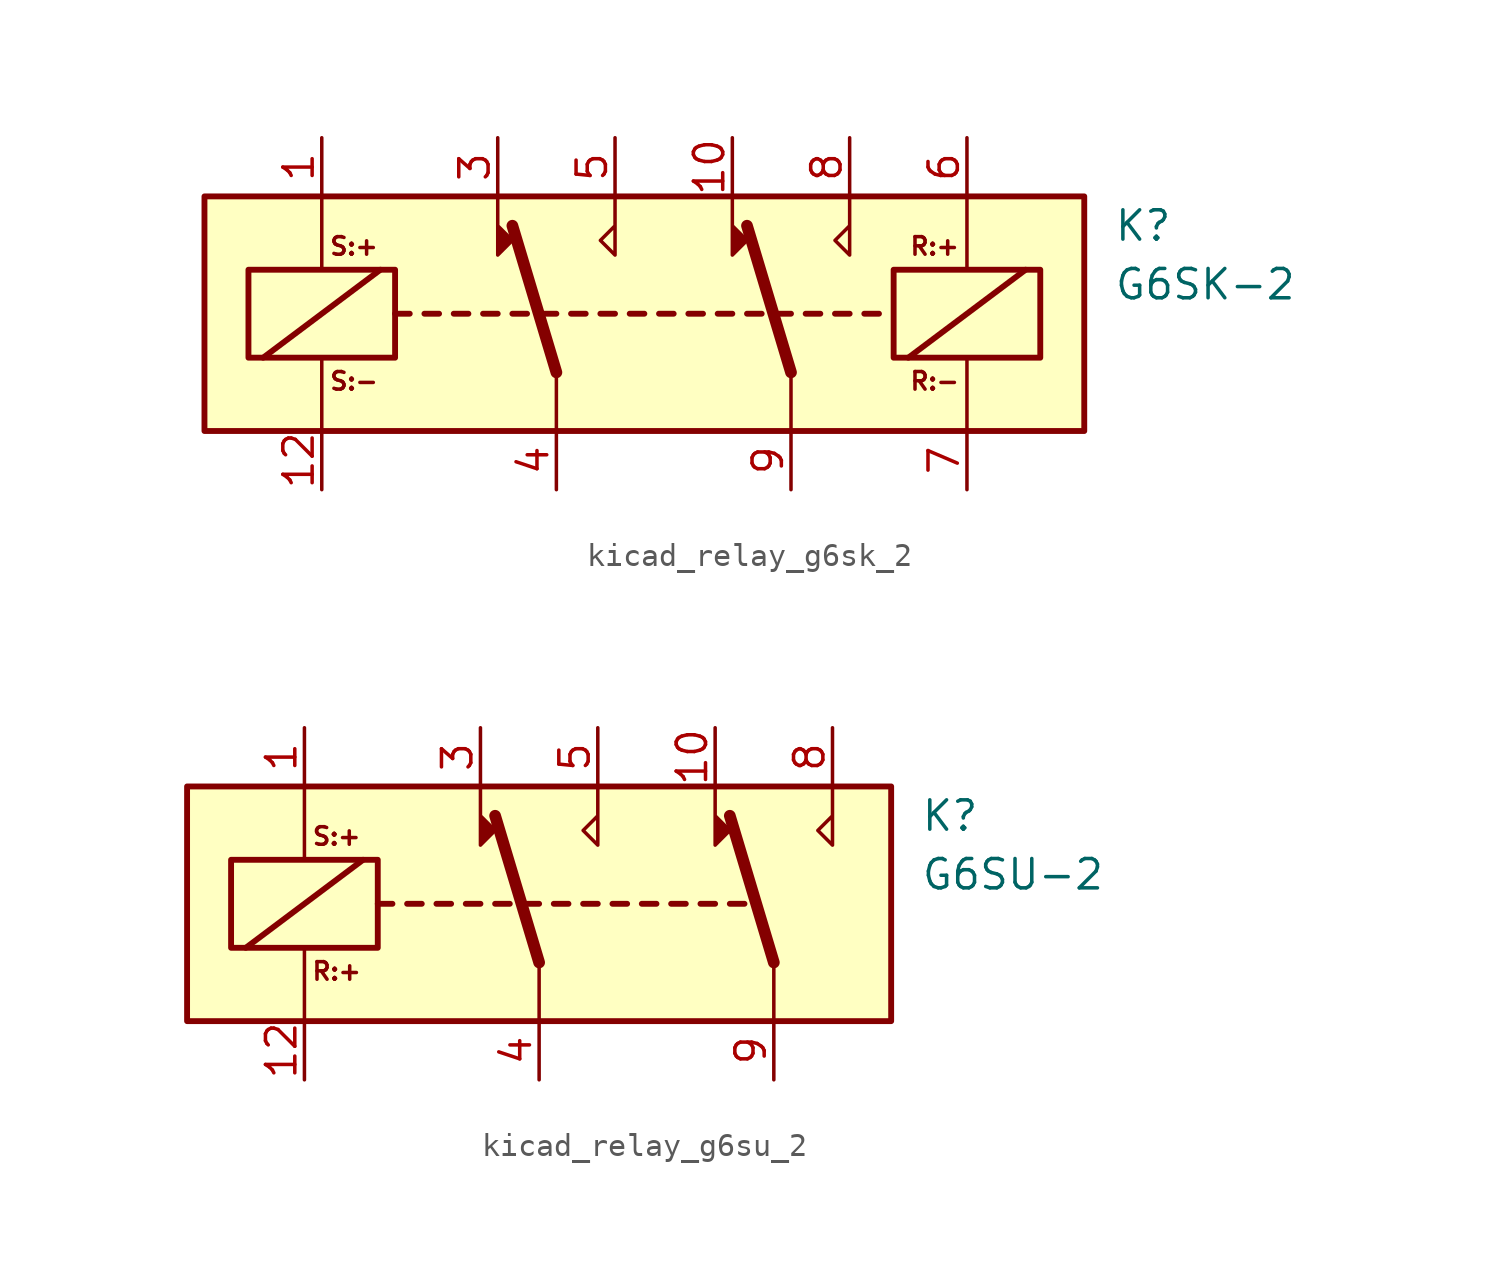
<source format=kicad_sym>
(kicad_symbol_lib
  (version 20220914)
  (generator kicad_symbol_editor)
  (symbol "kicad_relay_g6sk_2"
    (property "Reference" "K"
      (at 21.59 3.81 0)
      (effects (font (size 1.27 1.27)) (justify left)))
    (property "Value" "G6SK-2"
      (at 21.59 1.27 0)
      (effects (font (size 1.27 1.27)) (justify left)))
    (symbol "kicad_relay_g6sk_2_0_0"
      (text "R:+" (at 13.843 2.921 0) (effects (font (size 0.762 0.762))))
      (text "R:-" (at 13.843 -2.921 0) (effects (font (size 0.762 0.762))))
      (text "S:+" (at -11.303 2.921 0) (effects (font (size 0.762 0.762))))
      (text "S:-" (at -11.303 -2.921 0) (effects (font (size 0.762 0.762)))))
    (symbol "kicad_relay_g6sk_2_0_1"
      (rectangle (start -17.78 5.08) (end 20.32 -5.08) (stroke (width 0.254) (type default)) (fill (type background)))
      (rectangle (start -15.875 1.905) (end -9.525 -1.905) (stroke (width 0.254) (type default)) (fill (type none)))
      (polyline (pts (xy -15.24 -1.905) (xy -10.16 1.905)) (stroke (width 0.254) (type default)) (fill (type none)))
      (polyline (pts (xy -12.7 -5.08) (xy -12.7 -1.905)) (stroke (width 0) (type default)) (fill (type none)))
      (polyline (pts (xy -12.7 5.08) (xy -12.7 1.905)) (stroke (width 0) (type default)) (fill (type none)))
      (polyline (pts (xy -9.525 0) (xy -8.89 0)) (stroke (width 0.254) (type default)) (fill (type none)))
      (polyline (pts (xy -8.255 0) (xy -7.62 0)) (stroke (width 0.254) (type default)) (fill (type none)))
      (polyline (pts (xy -6.985 0) (xy -6.35 0)) (stroke (width 0.254) (type default)) (fill (type none)))
      (polyline (pts (xy -5.715 0) (xy -5.08 0)) (stroke (width 0.254) (type default)) (fill (type none)))
      (polyline (pts (xy -4.445 0) (xy -3.81 0)) (stroke (width 0.254) (type default)) (fill (type none)))
      (polyline (pts (xy -3.175 0) (xy -2.54 0)) (stroke (width 0.254) (type default)) (fill (type none)))
      (polyline (pts (xy -2.54 -2.54) (xy -4.445 3.81)) (stroke (width 0.508) (type default)) (fill (type none)))
      (polyline (pts (xy -2.54 -2.54) (xy -2.54 -5.08)) (stroke (width 0) (type default)) (fill (type none)))
      (polyline (pts (xy -1.905 0) (xy -1.27 0)) (stroke (width 0.254) (type default)) (fill (type none)))
      (polyline (pts (xy -0.635 0) (xy 0 0)) (stroke (width 0.254) (type default)) (fill (type none)))
      (polyline (pts (xy 0.635 0) (xy 1.27 0)) (stroke (width 0.254) (type default)) (fill (type none)))
      (polyline (pts (xy 1.905 0) (xy 2.54 0)) (stroke (width 0.254) (type default)) (fill (type none)))
      (polyline (pts (xy 3.175 0) (xy 3.81 0)) (stroke (width 0.254) (type default)) (fill (type none)))
      (polyline (pts (xy 4.445 0) (xy 5.08 0)) (stroke (width 0.254) (type default)) (fill (type none)))
      (polyline (pts (xy 5.715 0) (xy 6.35 0)) (stroke (width 0.254) (type default)) (fill (type none)))
      (polyline (pts (xy 6.985 0) (xy 7.62 0)) (stroke (width 0.254) (type default)) (fill (type none)))
      (polyline (pts (xy 7.62 -2.54) (xy 5.715 3.81)) (stroke (width 0.508) (type default)) (fill (type none)))
      (polyline (pts (xy 7.62 -2.54) (xy 7.62 -5.08)) (stroke (width 0) (type default)) (fill (type none)))
      (polyline (pts (xy 8.255 0) (xy 8.89 0)) (stroke (width 0.254) (type default)) (fill (type none)))
      (polyline (pts (xy 9.525 0) (xy 10.16 0)) (stroke (width 0.254) (type default)) (fill (type none)))
      (polyline (pts (xy 10.795 0) (xy 11.43 0)) (stroke (width 0.254) (type default)) (fill (type none)))
      (polyline (pts (xy 12.7 -1.905) (xy 17.78 1.905)) (stroke (width 0.254) (type default)) (fill (type none)))
      (polyline (pts (xy 15.24 -5.08) (xy 15.24 -1.905)) (stroke (width 0) (type default)) (fill (type none)))
      (polyline (pts (xy 15.24 5.08) (xy 15.24 1.905)) (stroke (width 0) (type default)) (fill (type none)))
      (polyline (pts (xy -5.08 5.08) (xy -5.08 2.54) (xy -4.445 3.175) (xy -5.08 3.81)) (stroke (width 0) (type default)) (fill (type outline)))
      (polyline (pts (xy 0 5.08) (xy 0 2.54) (xy -0.635 3.175) (xy 0 3.81)) (stroke (width 0) (type default)) (fill (type none)))
      (polyline (pts (xy 5.08 5.08) (xy 5.08 2.54) (xy 5.715 3.175) (xy 5.08 3.81)) (stroke (width 0) (type default)) (fill (type outline)))
      (polyline (pts (xy 10.16 5.08) (xy 10.16 2.54) (xy 9.525 3.175) (xy 10.16 3.81)) (stroke (width 0) (type default)) (fill (type none)))
      (rectangle (start 12.065 1.905) (end 18.415 -1.905) (stroke (width 0.254) (type default)) (fill (type none))))
    (symbol "kicad_relay_g6sk_2_1_1"
      (pin passive line (at -12.7 7.62 270) (length 2.54) (name "~" (effects (font (size 1.27 1.27)))) (number "1" (effects (font (size 1.27 1.27)))))
      (pin passive line (at 5.08 7.62 270) (length 2.54) (name "~" (effects (font (size 1.27 1.27)))) (number "10" (effects (font (size 1.27 1.27)))))
      (pin passive line (at -12.7 -7.62 90) (length 2.54) (name "~" (effects (font (size 1.27 1.27)))) (number "12" (effects (font (size 1.27 1.27)))))
      (pin passive line (at -5.08 7.62 270) (length 2.54) (name "~" (effects (font (size 1.27 1.27)))) (number "3" (effects (font (size 1.27 1.27)))))
      (pin passive line (at -2.54 -7.62 90) (length 2.54) (name "~" (effects (font (size 1.27 1.27)))) (number "4" (effects (font (size 1.27 1.27)))))
      (pin passive line (at 0 7.62 270) (length 2.54) (name "~" (effects (font (size 1.27 1.27)))) (number "5" (effects (font (size 1.27 1.27)))))
      (pin passive line (at 15.24 7.62 270) (length 2.54) (name "~" (effects (font (size 1.27 1.27)))) (number "6" (effects (font (size 1.27 1.27)))))
      (pin passive line (at 15.24 -7.62 90) (length 2.54) (name "~" (effects (font (size 1.27 1.27)))) (number "7" (effects (font (size 1.27 1.27)))))
      (pin passive line (at 10.16 7.62 270) (length 2.54) (name "~" (effects (font (size 1.27 1.27)))) (number "8" (effects (font (size 1.27 1.27)))))
      (pin passive line (at 7.62 -7.62 90) (length 2.54) (name "~" (effects (font (size 1.27 1.27)))) (number "9" (effects (font (size 1.27 1.27)))))))
  (symbol "kicad_relay_g6su_2"
    (property "Reference" "K"
      (at 16.51 3.81 0)
      (effects (font (size 1.27 1.27)) (justify left)))
    (property "Value" "G6SU-2"
      (at 16.51 1.27 0)
      (effects (font (size 1.27 1.27)) (justify left)))
    (symbol "kicad_relay_g6su_2_0_0"
      (text "R:+" (at -8.763 -2.921 0) (effects (font (size 0.762 0.762))))
      (text "S:+" (at -8.763 2.921 0) (effects (font (size 0.762 0.762)))))
    (symbol "kicad_relay_g6su_2_0_1"
      (rectangle (start -15.24 5.08) (end 15.24 -5.08) (stroke (width 0.254) (type default)) (fill (type background)))
      (rectangle (start -13.335 1.905) (end -6.985 -1.905) (stroke (width 0.254) (type default)) (fill (type none)))
      (polyline (pts (xy -12.7 -1.905) (xy -7.62 1.905)) (stroke (width 0.254) (type default)) (fill (type none)))
      (polyline (pts (xy -10.16 -5.08) (xy -10.16 -1.905)) (stroke (width 0) (type default)) (fill (type none)))
      (polyline (pts (xy -10.16 5.08) (xy -10.16 1.905)) (stroke (width 0) (type default)) (fill (type none)))
      (polyline (pts (xy -6.985 0) (xy -6.35 0)) (stroke (width 0.254) (type default)) (fill (type none)))
      (polyline (pts (xy -5.715 0) (xy -5.08 0)) (stroke (width 0.254) (type default)) (fill (type none)))
      (polyline (pts (xy -4.445 0) (xy -3.81 0)) (stroke (width 0.254) (type default)) (fill (type none)))
      (polyline (pts (xy -3.175 0) (xy -2.54 0)) (stroke (width 0.254) (type default)) (fill (type none)))
      (polyline (pts (xy -1.905 0) (xy -1.27 0)) (stroke (width 0.254) (type default)) (fill (type none)))
      (polyline (pts (xy -0.635 0) (xy 0 0)) (stroke (width 0.254) (type default)) (fill (type none)))
      (polyline (pts (xy 0 -2.54) (xy -1.905 3.81)) (stroke (width 0.508) (type default)) (fill (type none)))
      (polyline (pts (xy 0 -2.54) (xy 0 -5.08)) (stroke (width 0) (type default)) (fill (type none)))
      (polyline (pts (xy 0.635 0) (xy 1.27 0)) (stroke (width 0.254) (type default)) (fill (type none)))
      (polyline (pts (xy 1.905 0) (xy 2.54 0)) (stroke (width 0.254) (type default)) (fill (type none)))
      (polyline (pts (xy 3.175 0) (xy 3.81 0)) (stroke (width 0.254) (type default)) (fill (type none)))
      (polyline (pts (xy 4.445 0) (xy 5.08 0)) (stroke (width 0.254) (type default)) (fill (type none)))
      (polyline (pts (xy 5.715 0) (xy 6.35 0)) (stroke (width 0.254) (type default)) (fill (type none)))
      (polyline (pts (xy 6.985 0) (xy 7.62 0)) (stroke (width 0.254) (type default)) (fill (type none)))
      (polyline (pts (xy 8.255 0) (xy 8.89 0)) (stroke (width 0.254) (type default)) (fill (type none)))
      (polyline (pts (xy 10.16 -2.54) (xy 8.255 3.81)) (stroke (width 0.508) (type default)) (fill (type none)))
      (polyline (pts (xy 10.16 -2.54) (xy 10.16 -5.08)) (stroke (width 0) (type default)) (fill (type none)))
      (polyline (pts (xy -2.54 5.08) (xy -2.54 2.54) (xy -1.905 3.175) (xy -2.54 3.81)) (stroke (width 0) (type default)) (fill (type outline)))
      (polyline (pts (xy 2.54 5.08) (xy 2.54 2.54) (xy 1.905 3.175) (xy 2.54 3.81)) (stroke (width 0) (type default)) (fill (type none)))
      (polyline (pts (xy 7.62 5.08) (xy 7.62 2.54) (xy 8.255 3.175) (xy 7.62 3.81)) (stroke (width 0) (type default)) (fill (type outline)))
      (polyline (pts (xy 12.7 5.08) (xy 12.7 2.54) (xy 12.065 3.175) (xy 12.7 3.81)) (stroke (width 0) (type default)) (fill (type none))))
    (symbol "kicad_relay_g6su_2_1_1"
      (pin passive line (at -10.16 7.62 270) (length 2.54) (name "~" (effects (font (size 1.27 1.27)))) (number "1" (effects (font (size 1.27 1.27)))))
      (pin passive line (at 7.62 7.62 270) (length 2.54) (name "~" (effects (font (size 1.27 1.27)))) (number "10" (effects (font (size 1.27 1.27)))))
      (pin passive line (at -10.16 -7.62 90) (length 2.54) (name "~" (effects (font (size 1.27 1.27)))) (number "12" (effects (font (size 1.27 1.27)))))
      (pin passive line (at -2.54 7.62 270) (length 2.54) (name "~" (effects (font (size 1.27 1.27)))) (number "3" (effects (font (size 1.27 1.27)))))
      (pin passive line (at 0 -7.62 90) (length 2.54) (name "~" (effects (font (size 1.27 1.27)))) (number "4" (effects (font (size 1.27 1.27)))))
      (pin passive line (at 2.54 7.62 270) (length 2.54) (name "~" (effects (font (size 1.27 1.27)))) (number "5" (effects (font (size 1.27 1.27)))))
      (pin passive line (at 12.7 7.62 270) (length 2.54) (name "~" (effects (font (size 1.27 1.27)))) (number "8" (effects (font (size 1.27 1.27)))))
      (pin passive line (at 10.16 -7.62 90) (length 2.54) (name "~" (effects (font (size 1.27 1.27)))) (number "9" (effects (font (size 1.27 1.27))))))))
</source>
